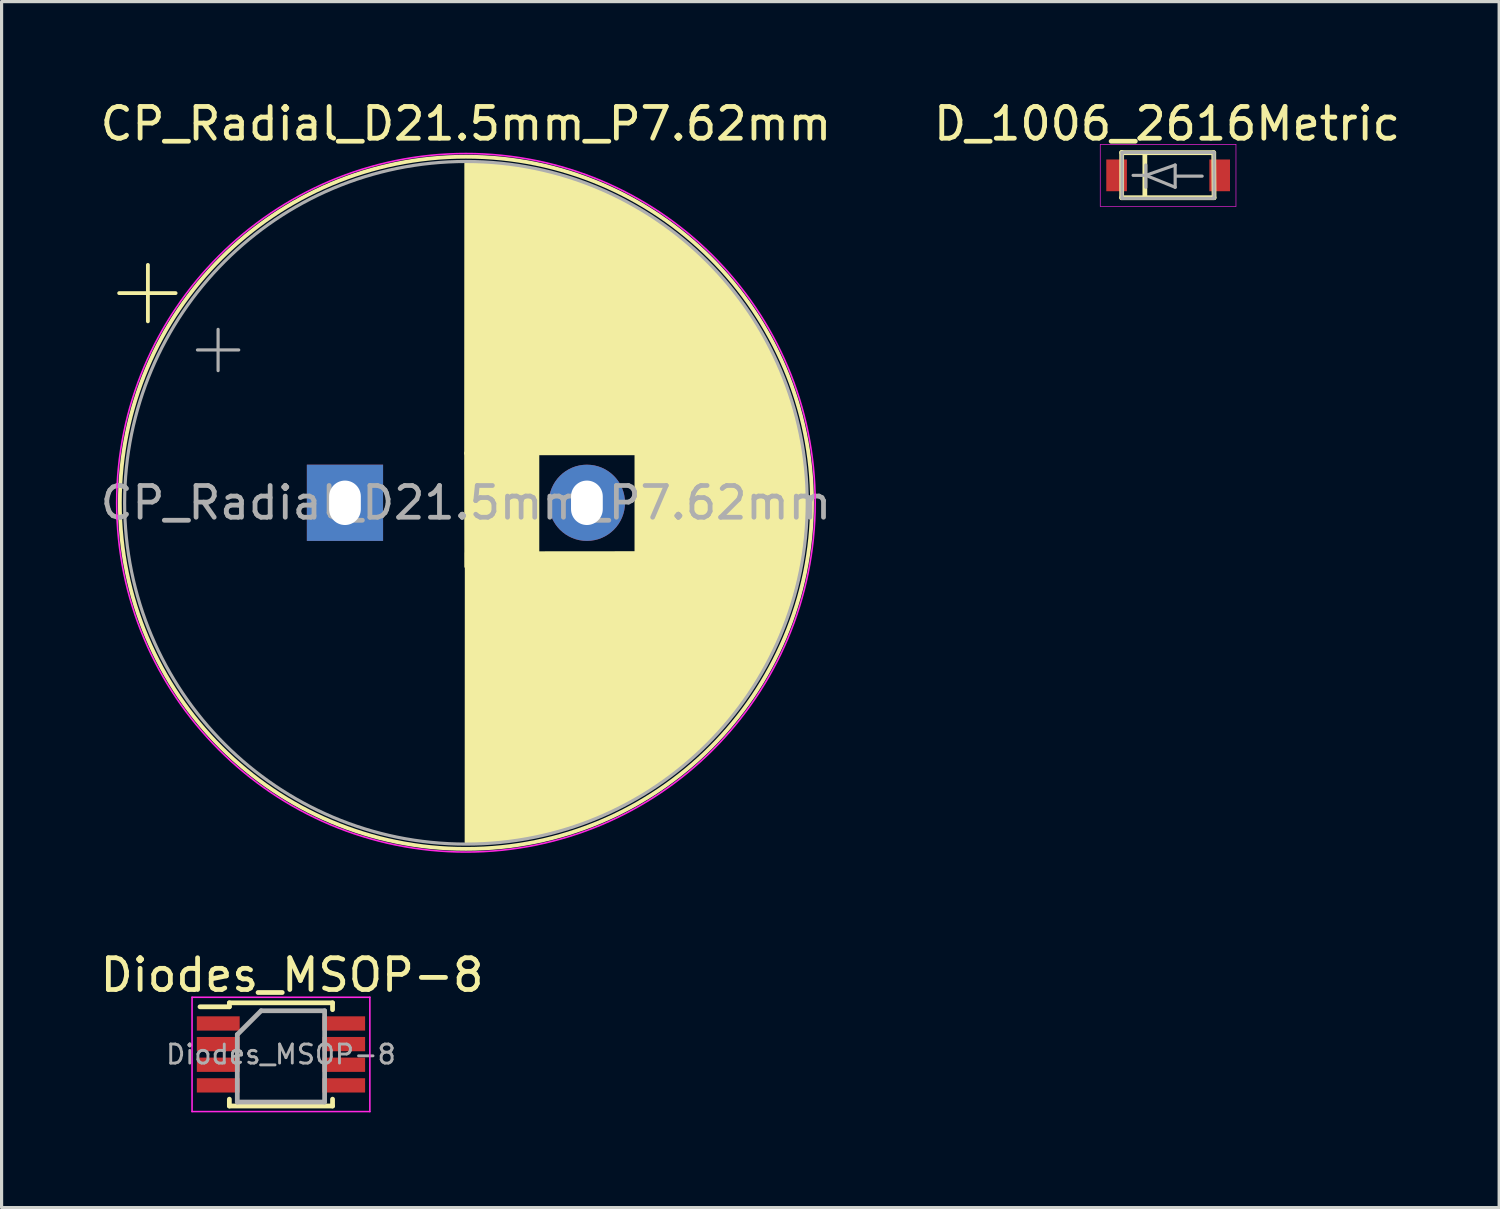
<source format=kicad_pcb>
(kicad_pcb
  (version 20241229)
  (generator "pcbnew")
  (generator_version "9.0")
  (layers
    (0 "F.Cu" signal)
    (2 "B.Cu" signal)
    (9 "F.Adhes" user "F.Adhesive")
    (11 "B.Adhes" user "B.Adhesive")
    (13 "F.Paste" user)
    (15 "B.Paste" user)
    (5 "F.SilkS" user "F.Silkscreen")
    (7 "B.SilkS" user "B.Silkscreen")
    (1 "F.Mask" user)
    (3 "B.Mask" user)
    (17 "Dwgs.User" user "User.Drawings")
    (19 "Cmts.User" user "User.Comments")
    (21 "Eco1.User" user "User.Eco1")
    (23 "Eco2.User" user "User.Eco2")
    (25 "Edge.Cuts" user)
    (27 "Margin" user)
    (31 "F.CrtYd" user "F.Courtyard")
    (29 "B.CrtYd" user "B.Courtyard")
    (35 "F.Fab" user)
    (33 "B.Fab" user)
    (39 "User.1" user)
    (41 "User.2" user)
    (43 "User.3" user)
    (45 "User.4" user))
  (footprint "CP_Radial_D21.5mm_P7.62mm"
    (layer "F.Cu")
    (at 11.625 12.786)
    (property "Reference" "CP_Radial_D21.5mm_P7.62mm" (at 0 -11.938 0) (layer "F.SilkS") (effects (font (size 1 1) (thickness 0.15))))
    (attr through_hole)
    (fp_line (start -10.922 -6.604) (end -9.144 -6.604) (stroke (width 0.12) (type solid)) (layer "F.SilkS"))
    (fp_line (start -10.017 -7.493) (end -10.017 -5.715) (stroke (width 0.12) (type solid)) (layer "F.SilkS"))
    (fp_circle (center 0 0) (end 10.9 0) (stroke (width 0.12) (type solid)) (fill no) (layer "F.SilkS"))
    (fp_poly (pts (xy 2.26 -1.61) (xy 2.26 1.989) (xy 0 2.011) (xy -0.005 -1.575)) (stroke (width 0.1) (type solid)) (fill yes) (layer "F.SilkS"))
    (fp_poly (pts (xy 10.6 -1.53) (xy 10.66 -0.83) (xy 10.69 -0.26) (xy 10.69 0.29) (xy 10.68 0.66) (xy 10.64 1.1) (xy 10.58 1.55) (xy 10.46 1.59) (xy 5.36 1.56) (xy 5.36 -1.53)) (stroke (width 0.1) (type solid)) (fill yes) (layer "F.SilkS"))
    (fp_poly (pts (xy 10.5 2.06) (xy 10.37 2.67) (xy 10.18 3.3) (xy 10.03 3.69) (xy 9.85 4.18) (xy 9.59 4.74) (xy 9.2 5.46) (xy 9 5.8) (xy 8.66 6.29) (xy 8.28 6.81) (xy 7.79 7.32) (xy 7.2 7.91) (xy 6.81 8.25) (xy 6.26 8.68) (xy 5.79 9) (xy 5.47 9.19) (xy 4.7 9.62) (xy 4.04 9.91) (xy 3.35 10.15) (xy 2.77 10.33) (xy 2.17 10.48) (xy 1.38 10.61) (xy 0.38 10.7) (xy 0.02 10.7) (xy 0.01 10.69) (xy 0.015 1.58) (xy 10.58 1.57)) (stroke (width 0.1) (type solid)) (fill yes) (layer "F.SilkS"))
    (fp_poly (pts (xy 0.58 -10.68) (xy 1.09 -10.64) (xy 1.44 -10.6) (xy 1.94 -10.52) (xy 2.22 -10.46) (xy 2.81 -10.32) (xy 3.42 -10.13) (xy 3.87 -9.97) (xy 4.43 -9.74) (xy 5.18 -9.36) (xy 5.77 -9) (xy 6.6 -8.42) (xy 7.03 -8.06) (xy 7.49 -7.63) (xy 8.15 -6.92) (xy 8.65 -6.28) (xy 9 -5.76) (xy 9.25 -5.35) (xy 9.54 -4.81) (xy 9.77 -4.35) (xy 10.02 -3.76) (xy 10.15 -3.4) (xy 10.32 -2.82) (xy 10.41 -2.45) (xy 10.57 -1.7) (xy 10.605 -1.55) (xy -0.005 -1.55) (xy 0 -10.69) (xy 0.25 -10.69)) (stroke (width 0.1) (type solid)) (fill yes) (layer "F.SilkS"))
    (fp_circle (center 0 0) (end 11 0) (stroke (width 0.05) (type solid)) (fill no) (layer "F.CrtYd"))
    (fp_line (start -8.456 -4.814) (end -7.156 -4.814) (stroke (width 0.1) (type solid)) (layer "F.Fab"))
    (fp_line (start -7.806 -5.463) (end -7.806 -4.163) (stroke (width 0.1) (type solid)) (layer "F.Fab"))
    (fp_circle (center 0 0) (end 10.75 0) (stroke (width 0.1) (type solid)) (fill no) (layer "F.Fab"))
    (fp_text user "${REFERENCE}" (at 0 0 0) (layer "F.Fab") (effects (font (size 1 1) (thickness 0.15))))
    (pad "1" thru_hole rect (at -3.81 0) (size 2.4 2.4) (drill oval 1 1.4) (layers "*.Cu" "*.Mask"))
    (pad "2" thru_hole circle (at 3.81 0) (size 2.4 2.4) (drill oval 1 1.4) (layers "*.Cu" "*.Mask")))
  (footprint "D_1006_2616Metric"
    (layer "F.Cu")
    (at 33.708 2.458)
    (property "Reference" "D_1006_2616Metric" (at 0 -1.61 0) (layer "F.SilkS") (effects (font (size 1 1) (thickness 0.15))))
    (attr through_hole)
    (fp_line (start -1.43 -0.7) (end 1.47 -0.7) (stroke (width 0.15) (type solid)) (layer "F.SilkS"))
    (fp_line (start -1.43 0.72) (end -1.43 -0.71) (stroke (width 0.15) (type solid)) (layer "F.SilkS"))
    (fp_line (start -0.7 -0.65) (end -0.7 0.67) (stroke (width 0.15) (type solid)) (layer "F.SilkS"))
    (fp_line (start 1.47 -0.7) (end 1.48 0.72) (stroke (width 0.15) (type solid)) (layer "F.SilkS"))
    (fp_line (start 1.48 0.72) (end -1.43 0.72) (stroke (width 0.15) (type solid)) (layer "F.SilkS"))
    (fp_line (start -2.105 -0.96) (end -2.105 0.99) (stroke (width 0.02) (type solid)) (layer "F.CrtYd"))
    (fp_line (start 2.17 -0.96) (end -2.105 -0.96) (stroke (width 0.02) (type solid)) (layer "F.CrtYd"))
    (fp_line (start 2.17 -0.96) (end 2.17 0.99) (stroke (width 0.02) (type solid)) (layer "F.CrtYd"))
    (fp_line (start 2.17 0.99) (end -2.105 0.99) (stroke (width 0.02) (type solid)) (layer "F.CrtYd"))
    (fp_line (start -1.42 -0.71) (end 1.48 -0.71) (stroke (width 0.1) (type solid)) (layer "F.Fab"))
    (fp_line (start -1.42 0.74) (end -1.42 -0.71) (stroke (width 0.1) (type solid)) (layer "F.Fab"))
    (fp_line (start -1.07 0.015) (end -0.695 0.015) (stroke (width 0.1) (type solid)) (layer "F.Fab"))
    (fp_line (start -0.67 -0.31) (end -0.67 0.39) (stroke (width 0.1) (type solid)) (layer "F.Fab"))
    (fp_line (start -0.67 0.015) (end 0.255 0.39) (stroke (width 0.1) (type solid)) (layer "F.Fab"))
    (fp_line (start 0.255 -0.31) (end -0.67 0.015) (stroke (width 0.1) (type solid)) (layer "F.Fab"))
    (fp_line (start 0.255 -0.31) (end 0.255 0.39) (stroke (width 0.1) (type solid)) (layer "F.Fab"))
    (fp_line (start 0.28 0.04) (end 1.105 0.04) (stroke (width 0.1) (type solid)) (layer "F.Fab"))
    (fp_line (start 1.48 -0.71) (end 1.48 0.74) (stroke (width 0.1) (type solid)) (layer "F.Fab"))
    (fp_line (start 1.48 0.74) (end -1.42 0.74) (stroke (width 0.1) (type solid)) (layer "F.Fab"))
    (pad "1" smd rect (at -1.59 0.015 90) (size 1 0.65) (layers "F.Cu" "F.Mask" "F.Paste"))
    (pad "2" smd rect (at 1.657 0.015 90) (size 1 0.65) (layers "F.Cu" "F.Mask" "F.Paste")))
  (footprint "Diodes_MSOP-8"
    (layer "F.Cu")
    (at 5.799 30.11)
    (property "Reference" "Diodes_MSOP-8" (at 0.35 -2.45 0) (layer "F.SilkS") (effects (font (size 1 1) (thickness 0.15))))
    (attr smd)
    (fp_line (start -1.625 -1.575) (end -1.625 -1.45) (stroke (width 0.15) (type solid)) (layer "F.SilkS"))
    (fp_line (start -1.625 -1.575) (end 1.625 -1.575) (stroke (width 0.15) (type solid)) (layer "F.SilkS"))
    (fp_line (start -1.625 -1.45) (end -2.55 -1.45) (stroke (width 0.15) (type solid)) (layer "F.SilkS"))
    (fp_line (start -1.625 1.675) (end -1.625 1.46) (stroke (width 0.15) (type solid)) (layer "F.SilkS"))
    (fp_line (start -1.625 1.675) (end 1.625 1.675) (stroke (width 0.15) (type solid)) (layer "F.SilkS"))
    (fp_line (start 1.625 -1.575) (end 1.625 -1.36) (stroke (width 0.15) (type solid)) (layer "F.SilkS"))
    (fp_line (start 1.625 1.675) (end 1.625 1.46) (stroke (width 0.15) (type solid)) (layer "F.SilkS"))
    (fp_line (start -2.8 -1.75) (end -2.8 1.85) (stroke (width 0.05) (type solid)) (layer "F.CrtYd"))
    (fp_line (start -2.8 -1.75) (end 2.8 -1.75) (stroke (width 0.05) (type solid)) (layer "F.CrtYd"))
    (fp_line (start -2.8 1.85) (end 2.8 1.85) (stroke (width 0.05) (type solid)) (layer "F.CrtYd"))
    (fp_line (start 2.8 -1.75) (end 2.8 1.85) (stroke (width 0.05) (type solid)) (layer "F.CrtYd"))
    (fp_line (start -1.375 -0.575) (end -0.625 -1.325) (stroke (width 0.15) (type solid)) (layer "F.Fab"))
    (fp_line (start -1.375 1.55) (end -1.375 -0.575) (stroke (width 0.15) (type solid)) (layer "F.Fab"))
    (fp_line (start -0.625 -1.325) (end 1.375 -1.325) (stroke (width 0.15) (type solid)) (layer "F.Fab"))
    (fp_line (start 1.375 -1.325) (end 1.375 1.55) (stroke (width 0.15) (type solid)) (layer "F.Fab"))
    (fp_line (start 1.375 1.55) (end -1.375 1.55) (stroke (width 0.15) (type solid)) (layer "F.Fab"))
    (fp_text user "${REFERENCE}" (at 0 0.05 0) (layer "F.Fab") (effects (font (size 0.6 0.6) (thickness 0.09))))
    (pad "1" smd rect (at -1.975 -0.925) (size 1.35 0.45) (layers "F.Cu" "F.Mask" "F.Paste"))
    (pad "2" smd rect (at -1.975 -0.275) (size 1.35 0.45) (layers "F.Cu" "F.Mask" "F.Paste"))
    (pad "3" smd rect (at -1.975 0.375) (size 1.35 0.45) (layers "F.Cu" "F.Mask" "F.Paste"))
    (pad "4" smd rect (at -1.975 1.025) (size 1.35 0.45) (layers "F.Cu" "F.Mask" "F.Paste"))
    (pad "5" smd rect (at 1.975 1.025) (size 1.35 0.45) (layers "F.Cu" "F.Mask" "F.Paste"))
    (pad "6" smd rect (at 1.975 0.375) (size 1.35 0.45) (layers "F.Cu" "F.Mask" "F.Paste"))
    (pad "7" smd rect (at 1.975 -0.275) (size 1.35 0.45) (layers "F.Cu" "F.Mask" "F.Paste"))
    (pad "8" smd rect (at 1.975 -0.925) (size 1.35 0.45) (layers "F.Cu" "F.Mask" "F.Paste")))
  (gr_rect
    (start -3 -3)
    (end 44.167 34.984)
    (stroke (width 0.1) (type default))
    (fill no)
    (layer "Edge.Cuts")))
</source>
